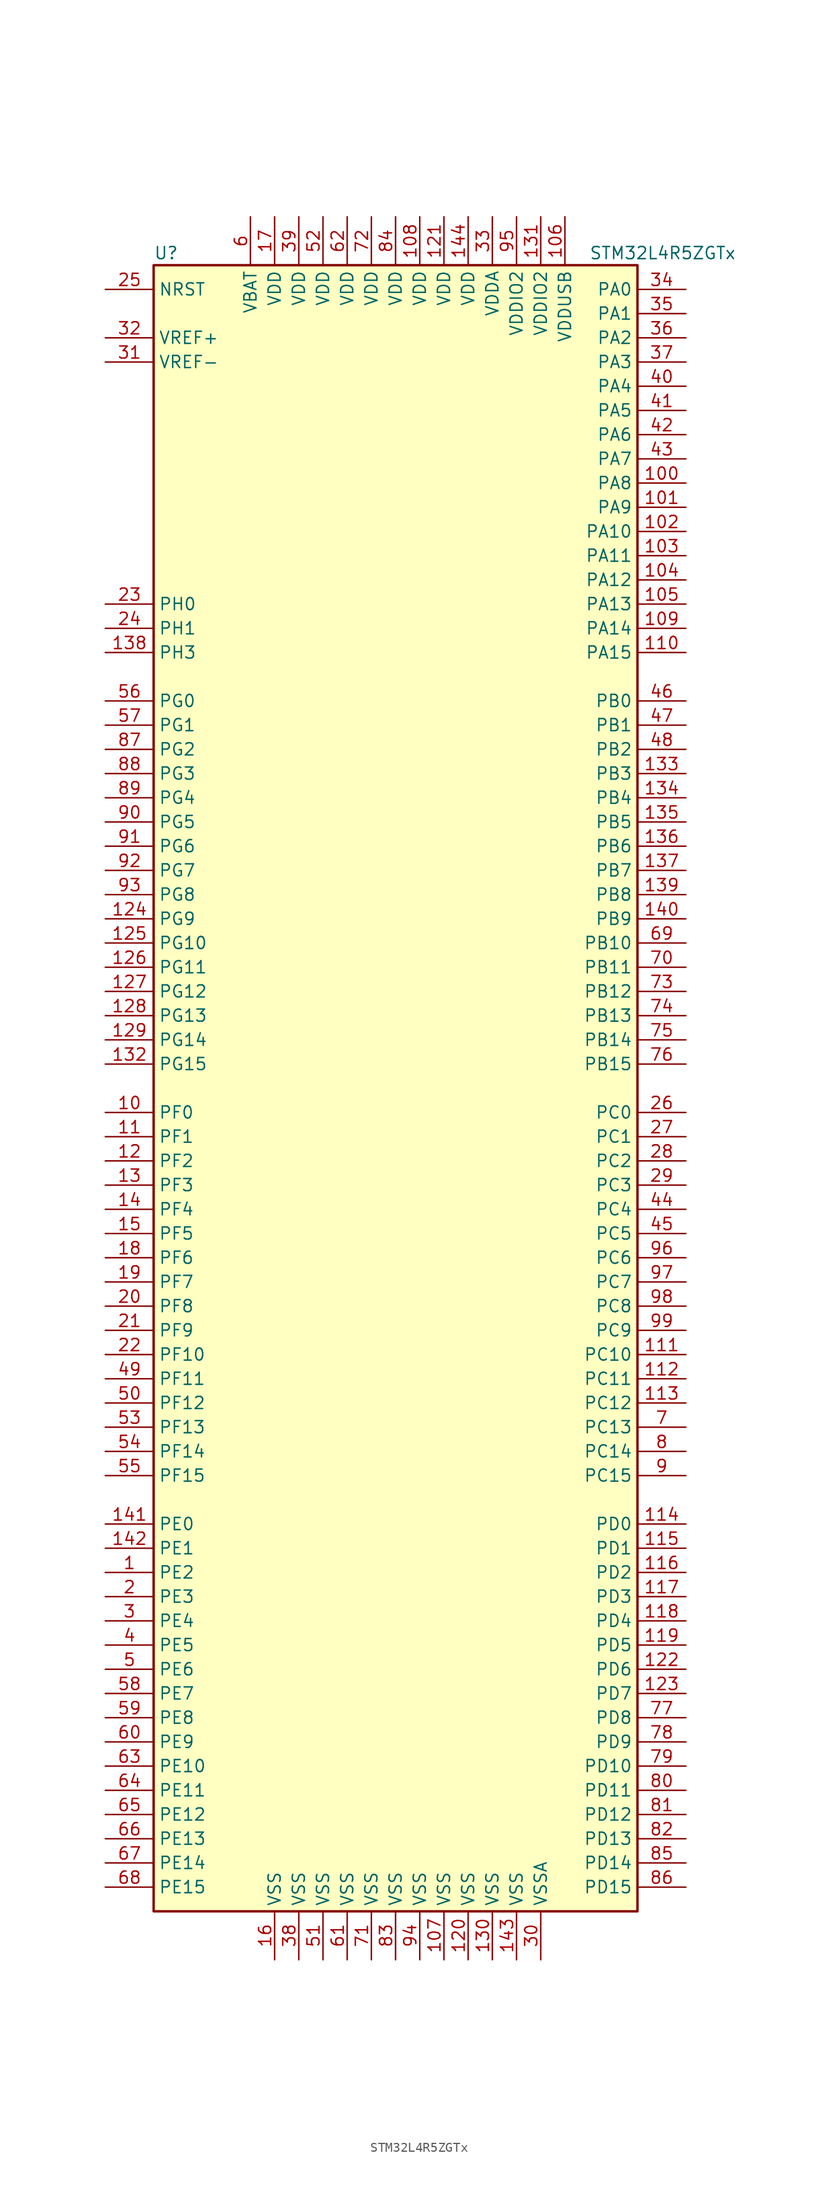
<source format=kicad_sym>
(kicad_symbol_lib
  (version 20211014)
  (generator kicad_symbol_editor)
  (symbol "STM32L4R5ZGTx"
    (property "Reference" "U"
      (at -25.4 87.63 0)
      (effects (font (size 1.27 1.27)) (justify left)))
    (property "Value" "STM32L4R5ZGTx"
      (at 20.32 87.63 0)
      (effects (font (size 1.27 1.27)) (justify left)))
    (symbol "STM32L4R5ZGTx_0_1"
      (rectangle (start -25.4 -86.36) (end 25.4 86.36) (stroke (width 0.254) (type default) (color 0 0 0 0)) (fill (type background))))
    (symbol "STM32L4R5ZGTx_1_1"
      (pin bidirectional line (at -30.48 -50.8 0) (length 5.08) (name "PE2" (effects (font (size 1.27 1.27)))) (number "1" (effects (font (size 1.27 1.27)))))
      (pin bidirectional line (at -30.48 -2.54 0) (length 5.08) (name "PF0" (effects (font (size 1.27 1.27)))) (number "10" (effects (font (size 1.27 1.27)))))
      (pin bidirectional line (at 30.48 63.5 180) (length 5.08) (name "PA8" (effects (font (size 1.27 1.27)))) (number "100" (effects (font (size 1.27 1.27)))))
      (pin bidirectional line (at 30.48 60.96 180) (length 5.08) (name "PA9" (effects (font (size 1.27 1.27)))) (number "101" (effects (font (size 1.27 1.27)))))
      (pin bidirectional line (at 30.48 58.42 180) (length 5.08) (name "PA10" (effects (font (size 1.27 1.27)))) (number "102" (effects (font (size 1.27 1.27)))))
      (pin bidirectional line (at 30.48 55.88 180) (length 5.08) (name "PA11" (effects (font (size 1.27 1.27)))) (number "103" (effects (font (size 1.27 1.27)))))
      (pin bidirectional line (at 30.48 53.34 180) (length 5.08) (name "PA12" (effects (font (size 1.27 1.27)))) (number "104" (effects (font (size 1.27 1.27)))))
      (pin bidirectional line (at 30.48 50.8 180) (length 5.08) (name "PA13" (effects (font (size 1.27 1.27)))) (number "105" (effects (font (size 1.27 1.27)))))
      (pin power_in line (at 17.78 91.44 270) (length 5.08) (name "VDDUSB" (effects (font (size 1.27 1.27)))) (number "106" (effects (font (size 1.27 1.27)))))
      (pin power_in line (at 5.08 -91.44 90) (length 5.08) (name "VSS" (effects (font (size 1.27 1.27)))) (number "107" (effects (font (size 1.27 1.27)))))
      (pin power_in line (at 2.54 91.44 270) (length 5.08) (name "VDD" (effects (font (size 1.27 1.27)))) (number "108" (effects (font (size 1.27 1.27)))))
      (pin bidirectional line (at 30.48 48.26 180) (length 5.08) (name "PA14" (effects (font (size 1.27 1.27)))) (number "109" (effects (font (size 1.27 1.27)))))
      (pin bidirectional line (at -30.48 -5.08 0) (length 5.08) (name "PF1" (effects (font (size 1.27 1.27)))) (number "11" (effects (font (size 1.27 1.27)))))
      (pin bidirectional line (at 30.48 45.72 180) (length 5.08) (name "PA15" (effects (font (size 1.27 1.27)))) (number "110" (effects (font (size 1.27 1.27)))))
      (pin bidirectional line (at 30.48 -27.94 180) (length 5.08) (name "PC10" (effects (font (size 1.27 1.27)))) (number "111" (effects (font (size 1.27 1.27)))))
      (pin bidirectional line (at 30.48 -30.48 180) (length 5.08) (name "PC11" (effects (font (size 1.27 1.27)))) (number "112" (effects (font (size 1.27 1.27)))))
      (pin bidirectional line (at 30.48 -33.02 180) (length 5.08) (name "PC12" (effects (font (size 1.27 1.27)))) (number "113" (effects (font (size 1.27 1.27)))))
      (pin bidirectional line (at 30.48 -45.72 180) (length 5.08) (name "PD0" (effects (font (size 1.27 1.27)))) (number "114" (effects (font (size 1.27 1.27)))))
      (pin bidirectional line (at 30.48 -48.26 180) (length 5.08) (name "PD1" (effects (font (size 1.27 1.27)))) (number "115" (effects (font (size 1.27 1.27)))))
      (pin bidirectional line (at 30.48 -50.8 180) (length 5.08) (name "PD2" (effects (font (size 1.27 1.27)))) (number "116" (effects (font (size 1.27 1.27)))))
      (pin bidirectional line (at 30.48 -53.34 180) (length 5.08) (name "PD3" (effects (font (size 1.27 1.27)))) (number "117" (effects (font (size 1.27 1.27)))))
      (pin bidirectional line (at 30.48 -55.88 180) (length 5.08) (name "PD4" (effects (font (size 1.27 1.27)))) (number "118" (effects (font (size 1.27 1.27)))))
      (pin bidirectional line (at 30.48 -58.42 180) (length 5.08) (name "PD5" (effects (font (size 1.27 1.27)))) (number "119" (effects (font (size 1.27 1.27)))))
      (pin bidirectional line (at -30.48 -7.62 0) (length 5.08) (name "PF2" (effects (font (size 1.27 1.27)))) (number "12" (effects (font (size 1.27 1.27)))))
      (pin power_in line (at 7.62 -91.44 90) (length 5.08) (name "VSS" (effects (font (size 1.27 1.27)))) (number "120" (effects (font (size 1.27 1.27)))))
      (pin power_in line (at 5.08 91.44 270) (length 5.08) (name "VDD" (effects (font (size 1.27 1.27)))) (number "121" (effects (font (size 1.27 1.27)))))
      (pin bidirectional line (at 30.48 -60.96 180) (length 5.08) (name "PD6" (effects (font (size 1.27 1.27)))) (number "122" (effects (font (size 1.27 1.27)))))
      (pin bidirectional line (at 30.48 -63.5 180) (length 5.08) (name "PD7" (effects (font (size 1.27 1.27)))) (number "123" (effects (font (size 1.27 1.27)))))
      (pin bidirectional line (at -30.48 17.78 0) (length 5.08) (name "PG9" (effects (font (size 1.27 1.27)))) (number "124" (effects (font (size 1.27 1.27)))))
      (pin bidirectional line (at -30.48 15.24 0) (length 5.08) (name "PG10" (effects (font (size 1.27 1.27)))) (number "125" (effects (font (size 1.27 1.27)))))
      (pin bidirectional line (at -30.48 12.7 0) (length 5.08) (name "PG11" (effects (font (size 1.27 1.27)))) (number "126" (effects (font (size 1.27 1.27)))))
      (pin bidirectional line (at -30.48 10.16 0) (length 5.08) (name "PG12" (effects (font (size 1.27 1.27)))) (number "127" (effects (font (size 1.27 1.27)))))
      (pin bidirectional line (at -30.48 7.62 0) (length 5.08) (name "PG13" (effects (font (size 1.27 1.27)))) (number "128" (effects (font (size 1.27 1.27)))))
      (pin bidirectional line (at -30.48 5.08 0) (length 5.08) (name "PG14" (effects (font (size 1.27 1.27)))) (number "129" (effects (font (size 1.27 1.27)))))
      (pin bidirectional line (at -30.48 -10.16 0) (length 5.08) (name "PF3" (effects (font (size 1.27 1.27)))) (number "13" (effects (font (size 1.27 1.27)))))
      (pin power_in line (at 10.16 -91.44 90) (length 5.08) (name "VSS" (effects (font (size 1.27 1.27)))) (number "130" (effects (font (size 1.27 1.27)))))
      (pin power_in line (at 15.24 91.44 270) (length 5.08) (name "VDDIO2" (effects (font (size 1.27 1.27)))) (number "131" (effects (font (size 1.27 1.27)))))
      (pin bidirectional line (at -30.48 2.54 0) (length 5.08) (name "PG15" (effects (font (size 1.27 1.27)))) (number "132" (effects (font (size 1.27 1.27)))))
      (pin bidirectional line (at 30.48 33.02 180) (length 5.08) (name "PB3" (effects (font (size 1.27 1.27)))) (number "133" (effects (font (size 1.27 1.27)))))
      (pin bidirectional line (at 30.48 30.48 180) (length 5.08) (name "PB4" (effects (font (size 1.27 1.27)))) (number "134" (effects (font (size 1.27 1.27)))))
      (pin bidirectional line (at 30.48 27.94 180) (length 5.08) (name "PB5" (effects (font (size 1.27 1.27)))) (number "135" (effects (font (size 1.27 1.27)))))
      (pin bidirectional line (at 30.48 25.4 180) (length 5.08) (name "PB6" (effects (font (size 1.27 1.27)))) (number "136" (effects (font (size 1.27 1.27)))))
      (pin bidirectional line (at 30.48 22.86 180) (length 5.08) (name "PB7" (effects (font (size 1.27 1.27)))) (number "137" (effects (font (size 1.27 1.27)))))
      (pin bidirectional line (at -30.48 45.72 0) (length 5.08) (name "PH3" (effects (font (size 1.27 1.27)))) (number "138" (effects (font (size 1.27 1.27)))))
      (pin bidirectional line (at 30.48 20.32 180) (length 5.08) (name "PB8" (effects (font (size 1.27 1.27)))) (number "139" (effects (font (size 1.27 1.27)))))
      (pin bidirectional line (at -30.48 -12.7 0) (length 5.08) (name "PF4" (effects (font (size 1.27 1.27)))) (number "14" (effects (font (size 1.27 1.27)))))
      (pin bidirectional line (at 30.48 17.78 180) (length 5.08) (name "PB9" (effects (font (size 1.27 1.27)))) (number "140" (effects (font (size 1.27 1.27)))))
      (pin bidirectional line (at -30.48 -45.72 0) (length 5.08) (name "PE0" (effects (font (size 1.27 1.27)))) (number "141" (effects (font (size 1.27 1.27)))))
      (pin bidirectional line (at -30.48 -48.26 0) (length 5.08) (name "PE1" (effects (font (size 1.27 1.27)))) (number "142" (effects (font (size 1.27 1.27)))))
      (pin power_in line (at 12.7 -91.44 90) (length 5.08) (name "VSS" (effects (font (size 1.27 1.27)))) (number "143" (effects (font (size 1.27 1.27)))))
      (pin power_in line (at 7.62 91.44 270) (length 5.08) (name "VDD" (effects (font (size 1.27 1.27)))) (number "144" (effects (font (size 1.27 1.27)))))
      (pin bidirectional line (at -30.48 -15.24 0) (length 5.08) (name "PF5" (effects (font (size 1.27 1.27)))) (number "15" (effects (font (size 1.27 1.27)))))
      (pin power_in line (at -12.7 -91.44 90) (length 5.08) (name "VSS" (effects (font (size 1.27 1.27)))) (number "16" (effects (font (size 1.27 1.27)))))
      (pin power_in line (at -12.7 91.44 270) (length 5.08) (name "VDD" (effects (font (size 1.27 1.27)))) (number "17" (effects (font (size 1.27 1.27)))))
      (pin bidirectional line (at -30.48 -17.78 0) (length 5.08) (name "PF6" (effects (font (size 1.27 1.27)))) (number "18" (effects (font (size 1.27 1.27)))))
      (pin bidirectional line (at -30.48 -20.32 0) (length 5.08) (name "PF7" (effects (font (size 1.27 1.27)))) (number "19" (effects (font (size 1.27 1.27)))))
      (pin bidirectional line (at -30.48 -53.34 0) (length 5.08) (name "PE3" (effects (font (size 1.27 1.27)))) (number "2" (effects (font (size 1.27 1.27)))))
      (pin bidirectional line (at -30.48 -22.86 0) (length 5.08) (name "PF8" (effects (font (size 1.27 1.27)))) (number "20" (effects (font (size 1.27 1.27)))))
      (pin bidirectional line (at -30.48 -25.4 0) (length 5.08) (name "PF9" (effects (font (size 1.27 1.27)))) (number "21" (effects (font (size 1.27 1.27)))))
      (pin bidirectional line (at -30.48 -27.94 0) (length 5.08) (name "PF10" (effects (font (size 1.27 1.27)))) (number "22" (effects (font (size 1.27 1.27)))))
      (pin input line (at -30.48 50.8 0) (length 5.08) (name "PH0" (effects (font (size 1.27 1.27)))) (number "23" (effects (font (size 1.27 1.27)))))
      (pin input line (at -30.48 48.26 0) (length 5.08) (name "PH1" (effects (font (size 1.27 1.27)))) (number "24" (effects (font (size 1.27 1.27)))))
      (pin input line (at -30.48 83.82 0) (length 5.08) (name "NRST" (effects (font (size 1.27 1.27)))) (number "25" (effects (font (size 1.27 1.27)))))
      (pin bidirectional line (at 30.48 -2.54 180) (length 5.08) (name "PC0" (effects (font (size 1.27 1.27)))) (number "26" (effects (font (size 1.27 1.27)))))
      (pin bidirectional line (at 30.48 -5.08 180) (length 5.08) (name "PC1" (effects (font (size 1.27 1.27)))) (number "27" (effects (font (size 1.27 1.27)))))
      (pin bidirectional line (at 30.48 -7.62 180) (length 5.08) (name "PC2" (effects (font (size 1.27 1.27)))) (number "28" (effects (font (size 1.27 1.27)))))
      (pin bidirectional line (at 30.48 -10.16 180) (length 5.08) (name "PC3" (effects (font (size 1.27 1.27)))) (number "29" (effects (font (size 1.27 1.27)))))
      (pin bidirectional line (at -30.48 -55.88 0) (length 5.08) (name "PE4" (effects (font (size 1.27 1.27)))) (number "3" (effects (font (size 1.27 1.27)))))
      (pin power_in line (at 15.24 -91.44 90) (length 5.08) (name "VSSA" (effects (font (size 1.27 1.27)))) (number "30" (effects (font (size 1.27 1.27)))))
      (pin power_in line (at -30.48 76.2 0) (length 5.08) (name "VREF-" (effects (font (size 1.27 1.27)))) (number "31" (effects (font (size 1.27 1.27)))))
      (pin bidirectional line (at -30.48 78.74 0) (length 5.08) (name "VREF+" (effects (font (size 1.27 1.27)))) (number "32" (effects (font (size 1.27 1.27)))))
      (pin power_in line (at 10.16 91.44 270) (length 5.08) (name "VDDA" (effects (font (size 1.27 1.27)))) (number "33" (effects (font (size 1.27 1.27)))))
      (pin bidirectional line (at 30.48 83.82 180) (length 5.08) (name "PA0" (effects (font (size 1.27 1.27)))) (number "34" (effects (font (size 1.27 1.27)))))
      (pin bidirectional line (at 30.48 81.28 180) (length 5.08) (name "PA1" (effects (font (size 1.27 1.27)))) (number "35" (effects (font (size 1.27 1.27)))))
      (pin bidirectional line (at 30.48 78.74 180) (length 5.08) (name "PA2" (effects (font (size 1.27 1.27)))) (number "36" (effects (font (size 1.27 1.27)))))
      (pin bidirectional line (at 30.48 76.2 180) (length 5.08) (name "PA3" (effects (font (size 1.27 1.27)))) (number "37" (effects (font (size 1.27 1.27)))))
      (pin power_in line (at -10.16 -91.44 90) (length 5.08) (name "VSS" (effects (font (size 1.27 1.27)))) (number "38" (effects (font (size 1.27 1.27)))))
      (pin power_in line (at -10.16 91.44 270) (length 5.08) (name "VDD" (effects (font (size 1.27 1.27)))) (number "39" (effects (font (size 1.27 1.27)))))
      (pin bidirectional line (at -30.48 -58.42 0) (length 5.08) (name "PE5" (effects (font (size 1.27 1.27)))) (number "4" (effects (font (size 1.27 1.27)))))
      (pin bidirectional line (at 30.48 73.66 180) (length 5.08) (name "PA4" (effects (font (size 1.27 1.27)))) (number "40" (effects (font (size 1.27 1.27)))))
      (pin bidirectional line (at 30.48 71.12 180) (length 5.08) (name "PA5" (effects (font (size 1.27 1.27)))) (number "41" (effects (font (size 1.27 1.27)))))
      (pin bidirectional line (at 30.48 68.58 180) (length 5.08) (name "PA6" (effects (font (size 1.27 1.27)))) (number "42" (effects (font (size 1.27 1.27)))))
      (pin bidirectional line (at 30.48 66.04 180) (length 5.08) (name "PA7" (effects (font (size 1.27 1.27)))) (number "43" (effects (font (size 1.27 1.27)))))
      (pin bidirectional line (at 30.48 -12.7 180) (length 5.08) (name "PC4" (effects (font (size 1.27 1.27)))) (number "44" (effects (font (size 1.27 1.27)))))
      (pin bidirectional line (at 30.48 -15.24 180) (length 5.08) (name "PC5" (effects (font (size 1.27 1.27)))) (number "45" (effects (font (size 1.27 1.27)))))
      (pin bidirectional line (at 30.48 40.64 180) (length 5.08) (name "PB0" (effects (font (size 1.27 1.27)))) (number "46" (effects (font (size 1.27 1.27)))))
      (pin bidirectional line (at 30.48 38.1 180) (length 5.08) (name "PB1" (effects (font (size 1.27 1.27)))) (number "47" (effects (font (size 1.27 1.27)))))
      (pin bidirectional line (at 30.48 35.56 180) (length 5.08) (name "PB2" (effects (font (size 1.27 1.27)))) (number "48" (effects (font (size 1.27 1.27)))))
      (pin bidirectional line (at -30.48 -30.48 0) (length 5.08) (name "PF11" (effects (font (size 1.27 1.27)))) (number "49" (effects (font (size 1.27 1.27)))))
      (pin bidirectional line (at -30.48 -60.96 0) (length 5.08) (name "PE6" (effects (font (size 1.27 1.27)))) (number "5" (effects (font (size 1.27 1.27)))))
      (pin bidirectional line (at -30.48 -33.02 0) (length 5.08) (name "PF12" (effects (font (size 1.27 1.27)))) (number "50" (effects (font (size 1.27 1.27)))))
      (pin power_in line (at -7.62 -91.44 90) (length 5.08) (name "VSS" (effects (font (size 1.27 1.27)))) (number "51" (effects (font (size 1.27 1.27)))))
      (pin power_in line (at -7.62 91.44 270) (length 5.08) (name "VDD" (effects (font (size 1.27 1.27)))) (number "52" (effects (font (size 1.27 1.27)))))
      (pin bidirectional line (at -30.48 -35.56 0) (length 5.08) (name "PF13" (effects (font (size 1.27 1.27)))) (number "53" (effects (font (size 1.27 1.27)))))
      (pin bidirectional line (at -30.48 -38.1 0) (length 5.08) (name "PF14" (effects (font (size 1.27 1.27)))) (number "54" (effects (font (size 1.27 1.27)))))
      (pin bidirectional line (at -30.48 -40.64 0) (length 5.08) (name "PF15" (effects (font (size 1.27 1.27)))) (number "55" (effects (font (size 1.27 1.27)))))
      (pin bidirectional line (at -30.48 40.64 0) (length 5.08) (name "PG0" (effects (font (size 1.27 1.27)))) (number "56" (effects (font (size 1.27 1.27)))))
      (pin bidirectional line (at -30.48 38.1 0) (length 5.08) (name "PG1" (effects (font (size 1.27 1.27)))) (number "57" (effects (font (size 1.27 1.27)))))
      (pin bidirectional line (at -30.48 -63.5 0) (length 5.08) (name "PE7" (effects (font (size 1.27 1.27)))) (number "58" (effects (font (size 1.27 1.27)))))
      (pin bidirectional line (at -30.48 -66.04 0) (length 5.08) (name "PE8" (effects (font (size 1.27 1.27)))) (number "59" (effects (font (size 1.27 1.27)))))
      (pin power_in line (at -15.24 91.44 270) (length 5.08) (name "VBAT" (effects (font (size 1.27 1.27)))) (number "6" (effects (font (size 1.27 1.27)))))
      (pin bidirectional line (at -30.48 -68.58 0) (length 5.08) (name "PE9" (effects (font (size 1.27 1.27)))) (number "60" (effects (font (size 1.27 1.27)))))
      (pin power_in line (at -5.08 -91.44 90) (length 5.08) (name "VSS" (effects (font (size 1.27 1.27)))) (number "61" (effects (font (size 1.27 1.27)))))
      (pin power_in line (at -5.08 91.44 270) (length 5.08) (name "VDD" (effects (font (size 1.27 1.27)))) (number "62" (effects (font (size 1.27 1.27)))))
      (pin bidirectional line (at -30.48 -71.12 0) (length 5.08) (name "PE10" (effects (font (size 1.27 1.27)))) (number "63" (effects (font (size 1.27 1.27)))))
      (pin bidirectional line (at -30.48 -73.66 0) (length 5.08) (name "PE11" (effects (font (size 1.27 1.27)))) (number "64" (effects (font (size 1.27 1.27)))))
      (pin bidirectional line (at -30.48 -76.2 0) (length 5.08) (name "PE12" (effects (font (size 1.27 1.27)))) (number "65" (effects (font (size 1.27 1.27)))))
      (pin bidirectional line (at -30.48 -78.74 0) (length 5.08) (name "PE13" (effects (font (size 1.27 1.27)))) (number "66" (effects (font (size 1.27 1.27)))))
      (pin bidirectional line (at -30.48 -81.28 0) (length 5.08) (name "PE14" (effects (font (size 1.27 1.27)))) (number "67" (effects (font (size 1.27 1.27)))))
      (pin bidirectional line (at -30.48 -83.82 0) (length 5.08) (name "PE15" (effects (font (size 1.27 1.27)))) (number "68" (effects (font (size 1.27 1.27)))))
      (pin bidirectional line (at 30.48 15.24 180) (length 5.08) (name "PB10" (effects (font (size 1.27 1.27)))) (number "69" (effects (font (size 1.27 1.27)))))
      (pin bidirectional line (at 30.48 -35.56 180) (length 5.08) (name "PC13" (effects (font (size 1.27 1.27)))) (number "7" (effects (font (size 1.27 1.27)))))
      (pin bidirectional line (at 30.48 12.7 180) (length 5.08) (name "PB11" (effects (font (size 1.27 1.27)))) (number "70" (effects (font (size 1.27 1.27)))))
      (pin power_in line (at -2.54 -91.44 90) (length 5.08) (name "VSS" (effects (font (size 1.27 1.27)))) (number "71" (effects (font (size 1.27 1.27)))))
      (pin power_in line (at -2.54 91.44 270) (length 5.08) (name "VDD" (effects (font (size 1.27 1.27)))) (number "72" (effects (font (size 1.27 1.27)))))
      (pin bidirectional line (at 30.48 10.16 180) (length 5.08) (name "PB12" (effects (font (size 1.27 1.27)))) (number "73" (effects (font (size 1.27 1.27)))))
      (pin bidirectional line (at 30.48 7.62 180) (length 5.08) (name "PB13" (effects (font (size 1.27 1.27)))) (number "74" (effects (font (size 1.27 1.27)))))
      (pin bidirectional line (at 30.48 5.08 180) (length 5.08) (name "PB14" (effects (font (size 1.27 1.27)))) (number "75" (effects (font (size 1.27 1.27)))))
      (pin bidirectional line (at 30.48 2.54 180) (length 5.08) (name "PB15" (effects (font (size 1.27 1.27)))) (number "76" (effects (font (size 1.27 1.27)))))
      (pin bidirectional line (at 30.48 -66.04 180) (length 5.08) (name "PD8" (effects (font (size 1.27 1.27)))) (number "77" (effects (font (size 1.27 1.27)))))
      (pin bidirectional line (at 30.48 -68.58 180) (length 5.08) (name "PD9" (effects (font (size 1.27 1.27)))) (number "78" (effects (font (size 1.27 1.27)))))
      (pin bidirectional line (at 30.48 -71.12 180) (length 5.08) (name "PD10" (effects (font (size 1.27 1.27)))) (number "79" (effects (font (size 1.27 1.27)))))
      (pin bidirectional line (at 30.48 -38.1 180) (length 5.08) (name "PC14" (effects (font (size 1.27 1.27)))) (number "8" (effects (font (size 1.27 1.27)))))
      (pin bidirectional line (at 30.48 -73.66 180) (length 5.08) (name "PD11" (effects (font (size 1.27 1.27)))) (number "80" (effects (font (size 1.27 1.27)))))
      (pin bidirectional line (at 30.48 -76.2 180) (length 5.08) (name "PD12" (effects (font (size 1.27 1.27)))) (number "81" (effects (font (size 1.27 1.27)))))
      (pin bidirectional line (at 30.48 -78.74 180) (length 5.08) (name "PD13" (effects (font (size 1.27 1.27)))) (number "82" (effects (font (size 1.27 1.27)))))
      (pin power_in line (at 0 -91.44 90) (length 5.08) (name "VSS" (effects (font (size 1.27 1.27)))) (number "83" (effects (font (size 1.27 1.27)))))
      (pin power_in line (at 0 91.44 270) (length 5.08) (name "VDD" (effects (font (size 1.27 1.27)))) (number "84" (effects (font (size 1.27 1.27)))))
      (pin bidirectional line (at 30.48 -81.28 180) (length 5.08) (name "PD14" (effects (font (size 1.27 1.27)))) (number "85" (effects (font (size 1.27 1.27)))))
      (pin bidirectional line (at 30.48 -83.82 180) (length 5.08) (name "PD15" (effects (font (size 1.27 1.27)))) (number "86" (effects (font (size 1.27 1.27)))))
      (pin bidirectional line (at -30.48 35.56 0) (length 5.08) (name "PG2" (effects (font (size 1.27 1.27)))) (number "87" (effects (font (size 1.27 1.27)))))
      (pin bidirectional line (at -30.48 33.02 0) (length 5.08) (name "PG3" (effects (font (size 1.27 1.27)))) (number "88" (effects (font (size 1.27 1.27)))))
      (pin bidirectional line (at -30.48 30.48 0) (length 5.08) (name "PG4" (effects (font (size 1.27 1.27)))) (number "89" (effects (font (size 1.27 1.27)))))
      (pin bidirectional line (at 30.48 -40.64 180) (length 5.08) (name "PC15" (effects (font (size 1.27 1.27)))) (number "9" (effects (font (size 1.27 1.27)))))
      (pin bidirectional line (at -30.48 27.94 0) (length 5.08) (name "PG5" (effects (font (size 1.27 1.27)))) (number "90" (effects (font (size 1.27 1.27)))))
      (pin bidirectional line (at -30.48 25.4 0) (length 5.08) (name "PG6" (effects (font (size 1.27 1.27)))) (number "91" (effects (font (size 1.27 1.27)))))
      (pin bidirectional line (at -30.48 22.86 0) (length 5.08) (name "PG7" (effects (font (size 1.27 1.27)))) (number "92" (effects (font (size 1.27 1.27)))))
      (pin bidirectional line (at -30.48 20.32 0) (length 5.08) (name "PG8" (effects (font (size 1.27 1.27)))) (number "93" (effects (font (size 1.27 1.27)))))
      (pin power_in line (at 2.54 -91.44 90) (length 5.08) (name "VSS" (effects (font (size 1.27 1.27)))) (number "94" (effects (font (size 1.27 1.27)))))
      (pin power_in line (at 12.7 91.44 270) (length 5.08) (name "VDDIO2" (effects (font (size 1.27 1.27)))) (number "95" (effects (font (size 1.27 1.27)))))
      (pin bidirectional line (at 30.48 -17.78 180) (length 5.08) (name "PC6" (effects (font (size 1.27 1.27)))) (number "96" (effects (font (size 1.27 1.27)))))
      (pin bidirectional line (at 30.48 -20.32 180) (length 5.08) (name "PC7" (effects (font (size 1.27 1.27)))) (number "97" (effects (font (size 1.27 1.27)))))
      (pin bidirectional line (at 30.48 -22.86 180) (length 5.08) (name "PC8" (effects (font (size 1.27 1.27)))) (number "98" (effects (font (size 1.27 1.27)))))
      (pin bidirectional line (at 30.48 -25.4 180) (length 5.08) (name "PC9" (effects (font (size 1.27 1.27)))) (number "99" (effects (font (size 1.27 1.27))))))))
</source>
